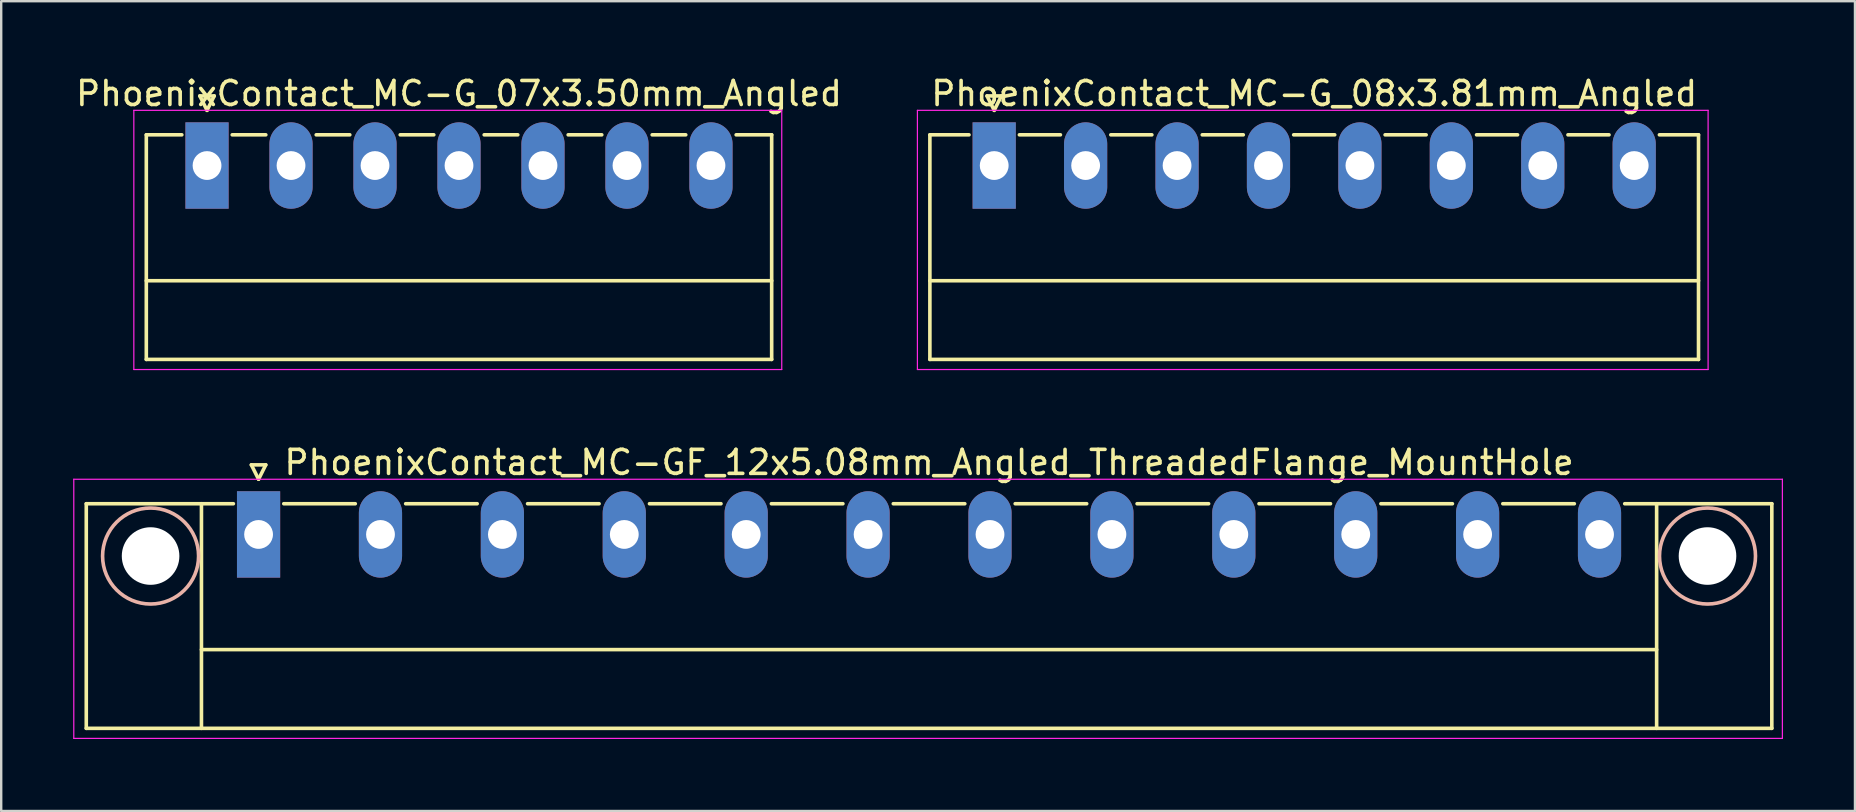
<source format=kicad_pcb>
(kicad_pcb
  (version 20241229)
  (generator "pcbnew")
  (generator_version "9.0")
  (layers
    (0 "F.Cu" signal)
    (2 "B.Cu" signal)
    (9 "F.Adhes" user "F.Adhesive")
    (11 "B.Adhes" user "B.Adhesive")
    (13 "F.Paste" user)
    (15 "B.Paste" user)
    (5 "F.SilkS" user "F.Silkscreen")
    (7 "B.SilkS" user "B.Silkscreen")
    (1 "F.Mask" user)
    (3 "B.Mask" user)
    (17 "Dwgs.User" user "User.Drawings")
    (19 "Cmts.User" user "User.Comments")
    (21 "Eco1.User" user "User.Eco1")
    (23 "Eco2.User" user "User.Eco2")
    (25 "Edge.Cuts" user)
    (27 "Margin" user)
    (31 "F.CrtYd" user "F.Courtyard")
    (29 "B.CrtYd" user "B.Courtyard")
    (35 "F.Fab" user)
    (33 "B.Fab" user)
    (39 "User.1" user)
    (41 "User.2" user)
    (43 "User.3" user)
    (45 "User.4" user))
  (footprint "PhoenixContact_MC-G_08x3.81mm_Angled"
    (layer "F.Cu")
    (at 38.38 3.848)
    (property "Reference" "PhoenixContact_MC-G_08x3.81mm_Angled" (at 13.335 -3 0) (layer "F.SilkS") (effects (font (size 1 1) (thickness 0.15))))
    (attr through_hole)
    (fp_line (start -2.68 -1.28) (end -2.68 8.08) (stroke (width 0.15) (type solid)) (layer "F.SilkS"))
    (fp_line (start -2.68 -1.28) (end -1.05 -1.28) (stroke (width 0.15) (type solid)) (layer "F.SilkS"))
    (fp_line (start -2.68 4.8) (end 29.35 4.8) (stroke (width 0.15) (type solid)) (layer "F.SilkS"))
    (fp_line (start -2.68 8.08) (end 29.35 8.08) (stroke (width 0.15) (type solid)) (layer "F.SilkS"))
    (fp_line (start -0.3 -2.9) (end 0 -2.3) (stroke (width 0.15) (type solid)) (layer "F.SilkS"))
    (fp_line (start 0 -2.3) (end 0.3 -2.9) (stroke (width 0.15) (type solid)) (layer "F.SilkS"))
    (fp_line (start 0.3 -2.9) (end -0.3 -2.9) (stroke (width 0.15) (type solid)) (layer "F.SilkS"))
    (fp_line (start 1.05 -1.28) (end 2.76 -1.28) (stroke (width 0.15) (type solid)) (layer "F.SilkS"))
    (fp_line (start 4.86 -1.28) (end 6.57 -1.28) (stroke (width 0.15) (type solid)) (layer "F.SilkS"))
    (fp_line (start 8.67 -1.28) (end 10.38 -1.28) (stroke (width 0.15) (type solid)) (layer "F.SilkS"))
    (fp_line (start 12.48 -1.28) (end 14.19 -1.28) (stroke (width 0.15) (type solid)) (layer "F.SilkS"))
    (fp_line (start 16.29 -1.28) (end 18 -1.28) (stroke (width 0.15) (type solid)) (layer "F.SilkS"))
    (fp_line (start 20.1 -1.28) (end 21.81 -1.28) (stroke (width 0.15) (type solid)) (layer "F.SilkS"))
    (fp_line (start 23.91 -1.28) (end 25.62 -1.28) (stroke (width 0.15) (type solid)) (layer "F.SilkS"))
    (fp_line (start 29.35 -1.28) (end 27.72 -1.28) (stroke (width 0.15) (type solid)) (layer "F.SilkS"))
    (fp_line (start 29.35 8.08) (end 29.35 -1.28) (stroke (width 0.15) (type solid)) (layer "F.SilkS"))
    (fp_line (start -3.2 -2.3) (end -3.2 8.5) (stroke (width 0.05) (type solid)) (layer "F.CrtYd"))
    (fp_line (start -3.2 8.5) (end 29.75 8.5) (stroke (width 0.05) (type solid)) (layer "F.CrtYd"))
    (fp_line (start 29.75 -2.3) (end -3.2 -2.3) (stroke (width 0.05) (type solid)) (layer "F.CrtYd"))
    (fp_line (start 29.75 8.5) (end 29.75 -2.3) (stroke (width 0.05) (type solid)) (layer "F.CrtYd"))
    (pad "1" thru_hole rect (at 0 0) (size 1.8 3.6) (drill 1.2) (layers "*.Cu" "*.Mask"))
    (pad "2" thru_hole oval (at 3.81 0) (size 1.8 3.6) (drill 1.2) (layers "*.Cu" "*.Mask"))
    (pad "3" thru_hole oval (at 7.62 0) (size 1.8 3.6) (drill 1.2) (layers "*.Cu" "*.Mask"))
    (pad "4" thru_hole oval (at 11.43 0) (size 1.8 3.6) (drill 1.2) (layers "*.Cu" "*.Mask"))
    (pad "5" thru_hole oval (at 15.24 0) (size 1.8 3.6) (drill 1.2) (layers "*.Cu" "*.Mask"))
    (pad "6" thru_hole oval (at 19.05 0) (size 1.8 3.6) (drill 1.2) (layers "*.Cu" "*.Mask"))
    (pad "7" thru_hole oval (at 22.86 0) (size 1.8 3.6) (drill 1.2) (layers "*.Cu" "*.Mask"))
    (pad "8" thru_hole oval (at 26.67 0) (size 1.8 3.6) (drill 1.2) (layers "*.Cu" "*.Mask")))
  (footprint "PhoenixContact_MC-G_07x3.50mm_Angled"
    (layer "F.Cu")
    (at 5.577 3.848)
    (property "Reference" "PhoenixContact_MC-G_07x3.50mm_Angled" (at 10.5 -3 0) (layer "F.SilkS") (effects (font (size 1 1) (thickness 0.15))))
    (attr through_hole)
    (fp_line (start -2.53 -1.28) (end -2.53 8.08) (stroke (width 0.15) (type solid)) (layer "F.SilkS"))
    (fp_line (start -2.53 -1.28) (end -1.05 -1.28) (stroke (width 0.15) (type solid)) (layer "F.SilkS"))
    (fp_line (start -2.53 4.8) (end 23.53 4.8) (stroke (width 0.15) (type solid)) (layer "F.SilkS"))
    (fp_line (start -2.53 8.08) (end 23.53 8.08) (stroke (width 0.15) (type solid)) (layer "F.SilkS"))
    (fp_line (start -0.3 -2.9) (end 0 -2.3) (stroke (width 0.15) (type solid)) (layer "F.SilkS"))
    (fp_line (start 0 -2.3) (end 0.3 -2.9) (stroke (width 0.15) (type solid)) (layer "F.SilkS"))
    (fp_line (start 0.3 -2.9) (end -0.3 -2.9) (stroke (width 0.15) (type solid)) (layer "F.SilkS"))
    (fp_line (start 1.05 -1.28) (end 2.45 -1.28) (stroke (width 0.15) (type solid)) (layer "F.SilkS"))
    (fp_line (start 4.55 -1.28) (end 5.95 -1.28) (stroke (width 0.15) (type solid)) (layer "F.SilkS"))
    (fp_line (start 8.05 -1.28) (end 9.45 -1.28) (stroke (width 0.15) (type solid)) (layer "F.SilkS"))
    (fp_line (start 11.55 -1.28) (end 12.95 -1.28) (stroke (width 0.15) (type solid)) (layer "F.SilkS"))
    (fp_line (start 15.05 -1.28) (end 16.45 -1.28) (stroke (width 0.15) (type solid)) (layer "F.SilkS"))
    (fp_line (start 18.55 -1.28) (end 19.95 -1.28) (stroke (width 0.15) (type solid)) (layer "F.SilkS"))
    (fp_line (start 23.53 -1.28) (end 22.05 -1.28) (stroke (width 0.15) (type solid)) (layer "F.SilkS"))
    (fp_line (start 23.53 8.08) (end 23.53 -1.28) (stroke (width 0.15) (type solid)) (layer "F.SilkS"))
    (fp_line (start -3.05 -2.3) (end -3.05 8.5) (stroke (width 0.05) (type solid)) (layer "F.CrtYd"))
    (fp_line (start -3.05 8.5) (end 23.95 8.5) (stroke (width 0.05) (type solid)) (layer "F.CrtYd"))
    (fp_line (start 23.95 -2.3) (end -3.05 -2.3) (stroke (width 0.05) (type solid)) (layer "F.CrtYd"))
    (fp_line (start 23.95 8.5) (end 23.95 -2.3) (stroke (width 0.05) (type solid)) (layer "F.CrtYd"))
    (pad "1" thru_hole rect (at 0 0) (size 1.8 3.6) (drill 1.2) (layers "*.Cu" "*.Mask"))
    (pad "2" thru_hole oval (at 3.5 0) (size 1.8 3.6) (drill 1.2) (layers "*.Cu" "*.Mask"))
    (pad "3" thru_hole oval (at 7 0) (size 1.8 3.6) (drill 1.2) (layers "*.Cu" "*.Mask"))
    (pad "4" thru_hole oval (at 10.5 0) (size 1.8 3.6) (drill 1.2) (layers "*.Cu" "*.Mask"))
    (pad "5" thru_hole oval (at 14 0) (size 1.8 3.6) (drill 1.2) (layers "*.Cu" "*.Mask"))
    (pad "6" thru_hole oval (at 17.5 0) (size 1.8 3.6) (drill 1.2) (layers "*.Cu" "*.Mask"))
    (pad "7" thru_hole oval (at 21 0) (size 1.8 3.6) (drill 1.2) (layers "*.Cu" "*.Mask")))
  (footprint "PhoenixContact_MC-GF_12x5.08mm_Angled_ThreadedFlange_MountHole"
    (layer "F.Cu")
    (at 7.725 19.221)
    (property "Reference" "PhoenixContact_MC-GF_12x5.08mm_Angled_ThreadedFlange_MountHole" (at 27.94 -3 0) (layer "F.SilkS") (effects (font (size 1 1) (thickness 0.15))))
    (attr through_hole)
    (fp_line (start -7.18 -1.28) (end -7.18 8.08) (stroke (width 0.15) (type solid)) (layer "F.SilkS"))
    (fp_line (start -7.18 -1.28) (end -1.05 -1.28) (stroke (width 0.15) (type solid)) (layer "F.SilkS"))
    (fp_line (start -7.18 8.08) (end 63.06 8.08) (stroke (width 0.15) (type solid)) (layer "F.SilkS"))
    (fp_line (start -2.38 -1.28) (end -2.38 8.08) (stroke (width 0.15) (type solid)) (layer "F.SilkS"))
    (fp_line (start -2.38 4.8) (end 58.26 4.8) (stroke (width 0.15) (type solid)) (layer "F.SilkS"))
    (fp_line (start -0.3 -2.9) (end 0 -2.3) (stroke (width 0.15) (type solid)) (layer "F.SilkS"))
    (fp_line (start 0 -2.3) (end 0.3 -2.9) (stroke (width 0.15) (type solid)) (layer "F.SilkS"))
    (fp_line (start 0.3 -2.9) (end -0.3 -2.9) (stroke (width 0.15) (type solid)) (layer "F.SilkS"))
    (fp_line (start 1.05 -1.28) (end 4.03 -1.28) (stroke (width 0.15) (type solid)) (layer "F.SilkS"))
    (fp_line (start 6.13 -1.28) (end 9.11 -1.28) (stroke (width 0.15) (type solid)) (layer "F.SilkS"))
    (fp_line (start 11.21 -1.28) (end 14.19 -1.28) (stroke (width 0.15) (type solid)) (layer "F.SilkS"))
    (fp_line (start 16.29 -1.28) (end 19.27 -1.28) (stroke (width 0.15) (type solid)) (layer "F.SilkS"))
    (fp_line (start 21.37 -1.28) (end 24.35 -1.28) (stroke (width 0.15) (type solid)) (layer "F.SilkS"))
    (fp_line (start 26.45 -1.28) (end 29.43 -1.28) (stroke (width 0.15) (type solid)) (layer "F.SilkS"))
    (fp_line (start 31.53 -1.28) (end 34.51 -1.28) (stroke (width 0.15) (type solid)) (layer "F.SilkS"))
    (fp_line (start 36.61 -1.28) (end 39.59 -1.28) (stroke (width 0.15) (type solid)) (layer "F.SilkS"))
    (fp_line (start 41.69 -1.28) (end 44.67 -1.28) (stroke (width 0.15) (type solid)) (layer "F.SilkS"))
    (fp_line (start 46.77 -1.28) (end 49.75 -1.28) (stroke (width 0.15) (type solid)) (layer "F.SilkS"))
    (fp_line (start 51.85 -1.28) (end 54.83 -1.28) (stroke (width 0.15) (type solid)) (layer "F.SilkS"))
    (fp_line (start 58.26 -1.28) (end 58.26 8.08) (stroke (width 0.15) (type solid)) (layer "F.SilkS"))
    (fp_line (start 63.06 -1.28) (end 56.93 -1.28) (stroke (width 0.15) (type solid)) (layer "F.SilkS"))
    (fp_line (start 63.06 8.08) (end 63.06 -1.28) (stroke (width 0.15) (type solid)) (layer "F.SilkS"))
    (fp_circle (center -4.5 0.9) (end -2.5 0.9) (stroke (width 0.15) (type solid)) (fill no) (layer "B.SilkS"))
    (fp_circle (center 60.38 0.9) (end 62.38 0.9) (stroke (width 0.15) (type solid)) (fill no) (layer "B.SilkS"))
    (fp_line (start -7.7 -2.3) (end -7.7 8.5) (stroke (width 0.05) (type solid)) (layer "F.CrtYd"))
    (fp_line (start -7.7 8.5) (end 63.5 8.5) (stroke (width 0.05) (type solid)) (layer "F.CrtYd"))
    (fp_line (start 63.5 -2.3) (end -7.7 -2.3) (stroke (width 0.05) (type solid)) (layer "F.CrtYd"))
    (fp_line (start 63.5 8.5) (end 63.5 -2.3) (stroke (width 0.05) (type solid)) (layer "F.CrtYd"))
    (pad "" np_thru_hole circle (at -4.5 0.9) (size 2.4 2.4) (drill 2.4) (layers "*.Cu" "*.Mask"))
    (pad "" np_thru_hole circle (at 60.38 0.9) (size 2.4 2.4) (drill 2.4) (layers "*.Cu" "*.Mask"))
    (pad "1" thru_hole rect (at 0 0) (size 1.8 3.6) (drill 1.2) (layers "*.Cu" "*.Mask"))
    (pad "2" thru_hole oval (at 5.08 0) (size 1.8 3.6) (drill 1.2) (layers "*.Cu" "*.Mask"))
    (pad "3" thru_hole oval (at 10.16 0) (size 1.8 3.6) (drill 1.2) (layers "*.Cu" "*.Mask"))
    (pad "4" thru_hole oval (at 15.24 0) (size 1.8 3.6) (drill 1.2) (layers "*.Cu" "*.Mask"))
    (pad "5" thru_hole oval (at 20.32 0) (size 1.8 3.6) (drill 1.2) (layers "*.Cu" "*.Mask"))
    (pad "6" thru_hole oval (at 25.4 0) (size 1.8 3.6) (drill 1.2) (layers "*.Cu" "*.Mask"))
    (pad "7" thru_hole oval (at 30.48 0) (size 1.8 3.6) (drill 1.2) (layers "*.Cu" "*.Mask"))
    (pad "8" thru_hole oval (at 35.56 0) (size 1.8 3.6) (drill 1.2) (layers "*.Cu" "*.Mask"))
    (pad "9" thru_hole oval (at 40.64 0) (size 1.8 3.6) (drill 1.2) (layers "*.Cu" "*.Mask"))
    (pad "10" thru_hole oval (at 45.72 0) (size 1.8 3.6) (drill 1.2) (layers "*.Cu" "*.Mask"))
    (pad "11" thru_hole oval (at 50.8 0) (size 1.8 3.6) (drill 1.2) (layers "*.Cu" "*.Mask"))
    (pad "12" thru_hole oval (at 55.88 0) (size 1.8 3.6) (drill 1.2) (layers "*.Cu" "*.Mask")))
  (gr_rect
    (start -3 -3)
    (end 74.25 30.747)
    (stroke (width 0.1) (type default))
    (fill no)
    (layer "Edge.Cuts")))
</source>
